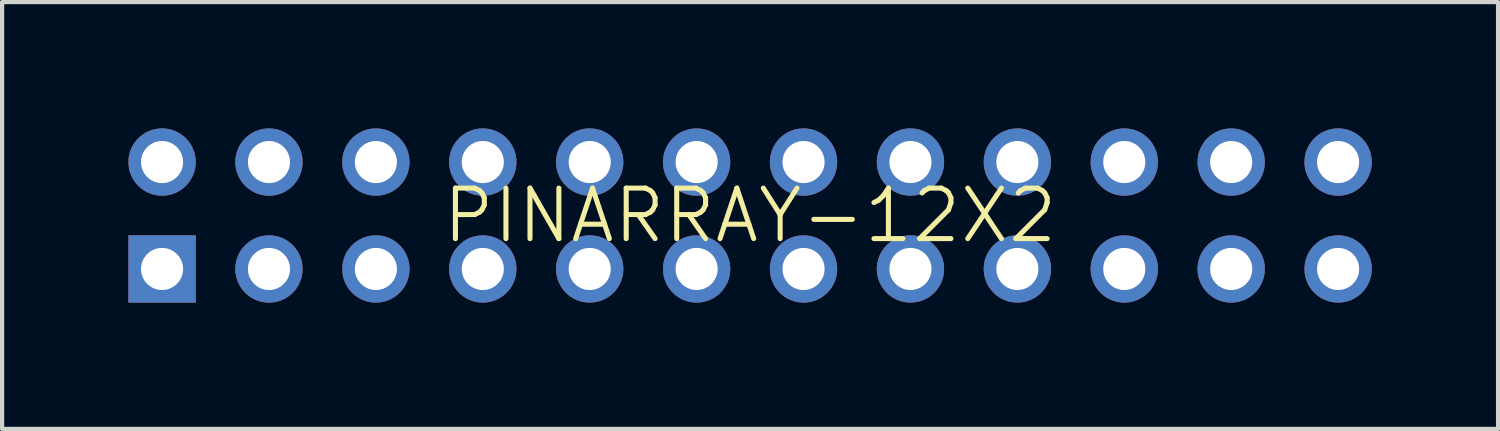
<source format=kicad_pcb>
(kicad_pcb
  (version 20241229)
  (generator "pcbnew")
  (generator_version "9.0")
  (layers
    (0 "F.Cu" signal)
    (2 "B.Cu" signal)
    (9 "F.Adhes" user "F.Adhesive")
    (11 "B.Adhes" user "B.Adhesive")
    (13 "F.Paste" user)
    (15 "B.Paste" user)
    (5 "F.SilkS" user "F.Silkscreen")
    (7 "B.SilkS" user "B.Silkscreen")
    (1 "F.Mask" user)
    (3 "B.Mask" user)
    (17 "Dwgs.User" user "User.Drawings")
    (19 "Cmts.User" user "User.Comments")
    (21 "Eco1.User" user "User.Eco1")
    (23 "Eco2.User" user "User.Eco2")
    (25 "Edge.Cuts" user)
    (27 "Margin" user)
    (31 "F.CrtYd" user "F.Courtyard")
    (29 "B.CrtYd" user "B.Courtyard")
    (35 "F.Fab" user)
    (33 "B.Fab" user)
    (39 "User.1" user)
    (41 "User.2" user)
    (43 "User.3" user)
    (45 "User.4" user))
  (footprint "PINARRAY-12X2"
    (layer "F.Cu")
    (at 14.77 2.07)
    (property "Reference" "PINARRAY-12X2" (at 0 0 0) (layer "F.SilkS") (effects (font (size 1.2 1.2) (thickness 0.12))))
    (attr through_hole)
    (pad "1" thru_hole rect (at -13.97 1.27) (size 1.6 1.6) (drill 1) (layers "*.Cu" "*.Mask"))
    (pad "2" thru_hole circle (at -13.97 -1.27) (size 1.6 1.6) (drill 1) (layers "*.Cu" "*.Mask"))
    (pad "3" thru_hole circle (at -11.43 1.27) (size 1.6 1.6) (drill 1) (layers "*.Cu" "*.Mask"))
    (pad "4" thru_hole circle (at -11.43 -1.27) (size 1.6 1.6) (drill 1) (layers "*.Cu" "*.Mask"))
    (pad "5" thru_hole circle (at -8.89 1.27) (size 1.6 1.6) (drill 1) (layers "*.Cu" "*.Mask"))
    (pad "6" thru_hole circle (at -8.89 -1.27) (size 1.6 1.6) (drill 1) (layers "*.Cu" "*.Mask"))
    (pad "7" thru_hole circle (at -6.35 1.27) (size 1.6 1.6) (drill 1) (layers "*.Cu" "*.Mask"))
    (pad "8" thru_hole circle (at -6.35 -1.27) (size 1.6 1.6) (drill 1) (layers "*.Cu" "*.Mask"))
    (pad "9" thru_hole circle (at -3.81 1.27) (size 1.6 1.6) (drill 1) (layers "*.Cu" "*.Mask"))
    (pad "10" thru_hole circle (at -3.81 -1.27) (size 1.6 1.6) (drill 1) (layers "*.Cu" "*.Mask"))
    (pad "11" thru_hole circle (at -1.27 1.27) (size 1.6 1.6) (drill 1) (layers "*.Cu" "*.Mask"))
    (pad "12" thru_hole circle (at -1.27 -1.27) (size 1.6 1.6) (drill 1) (layers "*.Cu" "*.Mask"))
    (pad "13" thru_hole circle (at 1.27 1.27) (size 1.6 1.6) (drill 1) (layers "*.Cu" "*.Mask"))
    (pad "14" thru_hole circle (at 1.27 -1.27) (size 1.6 1.6) (drill 1) (layers "*.Cu" "*.Mask"))
    (pad "15" thru_hole circle (at 3.81 1.27) (size 1.6 1.6) (drill 1) (layers "*.Cu" "*.Mask"))
    (pad "16" thru_hole circle (at 3.81 -1.27) (size 1.6 1.6) (drill 1) (layers "*.Cu" "*.Mask"))
    (pad "17" thru_hole circle (at 6.35 1.27) (size 1.6 1.6) (drill 1) (layers "*.Cu" "*.Mask"))
    (pad "18" thru_hole circle (at 6.35 -1.27) (size 1.6 1.6) (drill 1) (layers "*.Cu" "*.Mask"))
    (pad "19" thru_hole circle (at 8.89 1.27) (size 1.6 1.6) (drill 1) (layers "*.Cu" "*.Mask"))
    (pad "20" thru_hole circle (at 8.89 -1.27) (size 1.6 1.6) (drill 1) (layers "*.Cu" "*.Mask"))
    (pad "21" thru_hole circle (at 11.43 1.27) (size 1.6 1.6) (drill 1) (layers "*.Cu" "*.Mask"))
    (pad "22" thru_hole circle (at 11.43 -1.27) (size 1.6 1.6) (drill 1) (layers "*.Cu" "*.Mask"))
    (pad "23" thru_hole circle (at 13.97 1.27) (size 1.6 1.6) (drill 1) (layers "*.Cu" "*.Mask"))
    (pad "24" thru_hole circle (at 13.97 -1.27) (size 1.6 1.6) (drill 1) (layers "*.Cu" "*.Mask")))
  (gr_rect
    (start -3 -3)
    (end 32.54 7.14)
    (stroke (width 0.1) (type default))
    (fill no)
    (layer "Edge.Cuts")))
</source>
